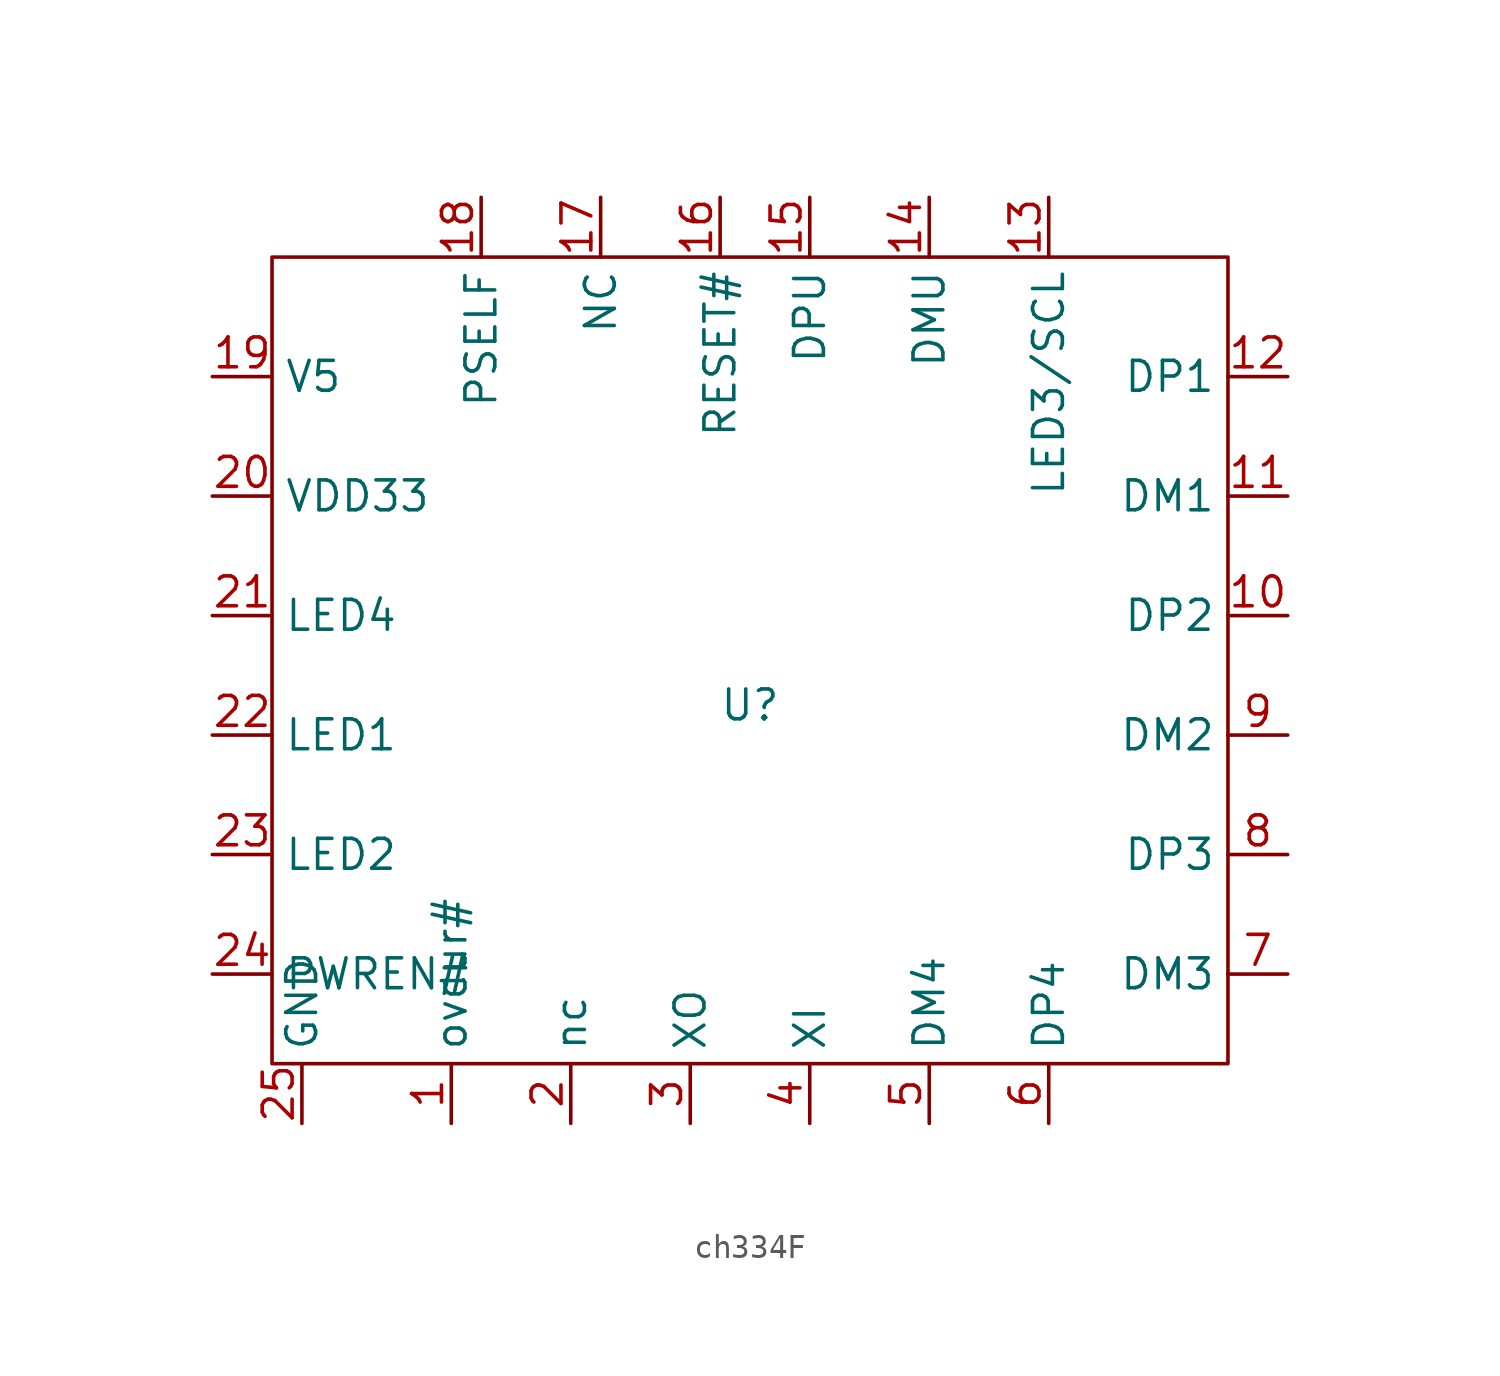
<source format=kicad_sym>
(kicad_symbol_lib
  (version 20231120)
  (generator "kicad_symbol_editor")
  (generator_version "8.0")
  (symbol "ch334F"
    (property "Reference" "U"
      (at 0 0 0)
      (effects (font (size 1.27 1.27))))
    (property "Value" ""
      (at 0 0 0)
      (effects (font (size 1.27 1.27))))
    (symbol "ch334F_0_1"
      (rectangle (start -20.32 19.05) (end 20.32 -15.24) (stroke (width 0) (type default)) (fill (type none))))
    (symbol "ch334F_1_1"
      (pin input line (at -12.7 -17.78 90) (length 2.54) (name "ovcur#" (effects (font (size 1.27 1.27)))) (number "1" (effects (font (size 1.27 1.27)))))
      (pin input line (at 22.86 3.81 180) (length 2.54) (name "DP2" (effects (font (size 1.27 1.27)))) (number "10" (effects (font (size 1.27 1.27)))))
      (pin input line (at 22.86 8.89 180) (length 2.54) (name "DM1" (effects (font (size 1.27 1.27)))) (number "11" (effects (font (size 1.27 1.27)))))
      (pin input line (at 22.86 13.97 180) (length 2.54) (name "DP1" (effects (font (size 1.27 1.27)))) (number "12" (effects (font (size 1.27 1.27)))))
      (pin input line (at 12.7 21.59 270) (length 2.54) (name "LED3/SCL" (effects (font (size 1.27 1.27)))) (number "13" (effects (font (size 1.27 1.27)))))
      (pin input line (at 7.62 21.59 270) (length 2.54) (name "DMU" (effects (font (size 1.27 1.27)))) (number "14" (effects (font (size 1.27 1.27)))))
      (pin input line (at 2.54 21.59 270) (length 2.54) (name "DPU" (effects (font (size 1.27 1.27)))) (number "15" (effects (font (size 1.27 1.27)))))
      (pin input line (at -1.27 21.59 270) (length 2.54) (name "RESET#" (effects (font (size 1.27 1.27)))) (number "16" (effects (font (size 1.27 1.27)))))
      (pin input line (at -6.35 21.59 270) (length 2.54) (name "NC" (effects (font (size 1.27 1.27)))) (number "17" (effects (font (size 1.27 1.27)))))
      (pin input line (at -11.43 21.59 270) (length 2.54) (name "PSELF" (effects (font (size 1.27 1.27)))) (number "18" (effects (font (size 1.27 1.27)))))
      (pin input line (at -22.86 13.97 0) (length 2.54) (name "V5" (effects (font (size 1.27 1.27)))) (number "19" (effects (font (size 1.27 1.27)))))
      (pin input line (at -7.62 -17.78 90) (length 2.54) (name "nc" (effects (font (size 1.27 1.27)))) (number "2" (effects (font (size 1.27 1.27)))))
      (pin input line (at -22.86 8.89 0) (length 2.54) (name "VDD33" (effects (font (size 1.27 1.27)))) (number "20" (effects (font (size 1.27 1.27)))))
      (pin input line (at -22.86 3.81 0) (length 2.54) (name "LED4" (effects (font (size 1.27 1.27)))) (number "21" (effects (font (size 1.27 1.27)))))
      (pin input line (at -22.86 -1.27 0) (length 2.54) (name "LED1" (effects (font (size 1.27 1.27)))) (number "22" (effects (font (size 1.27 1.27)))))
      (pin input line (at -22.86 -6.35 0) (length 2.54) (name "LED2" (effects (font (size 1.27 1.27)))) (number "23" (effects (font (size 1.27 1.27)))))
      (pin input line (at -22.86 -11.43 0) (length 2.54) (name "PWREN#" (effects (font (size 1.27 1.27)))) (number "24" (effects (font (size 1.27 1.27)))))
      (pin input line (at -19.05 -17.78 90) (length 2.54) (name "GND" (effects (font (size 1.27 1.27)))) (number "25" (effects (font (size 1.27 1.27)))))
      (pin input line (at -2.54 -17.78 90) (length 2.54) (name "XO" (effects (font (size 1.27 1.27)))) (number "3" (effects (font (size 1.27 1.27)))))
      (pin input line (at 2.54 -17.78 90) (length 2.54) (name "XI" (effects (font (size 1.27 1.27)))) (number "4" (effects (font (size 1.27 1.27)))))
      (pin input line (at 7.62 -17.78 90) (length 2.54) (name "DM4" (effects (font (size 1.27 1.27)))) (number "5" (effects (font (size 1.27 1.27)))))
      (pin input line (at 12.7 -17.78 90) (length 2.54) (name "DP4" (effects (font (size 1.27 1.27)))) (number "6" (effects (font (size 1.27 1.27)))))
      (pin input line (at 22.86 -11.43 180) (length 2.54) (name "DM3" (effects (font (size 1.27 1.27)))) (number "7" (effects (font (size 1.27 1.27)))))
      (pin input line (at 22.86 -6.35 180) (length 2.54) (name "DP3" (effects (font (size 1.27 1.27)))) (number "8" (effects (font (size 1.27 1.27)))))
      (pin input line (at 22.86 -1.27 180) (length 2.54) (name "DM2" (effects (font (size 1.27 1.27)))) (number "9" (effects (font (size 1.27 1.27))))))))
</source>
